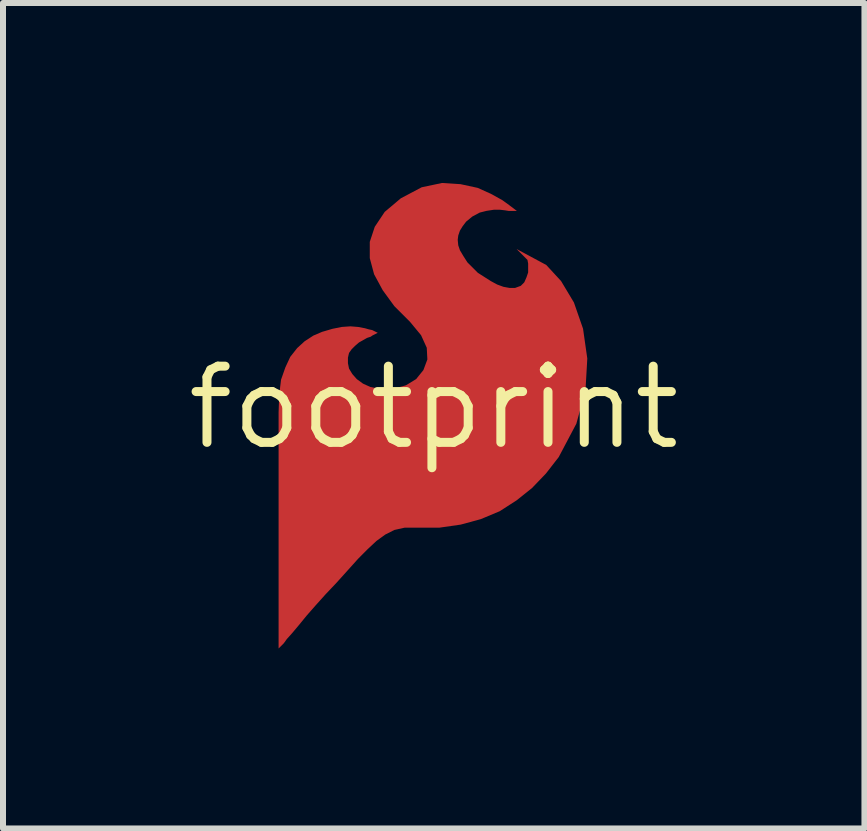
<source format=kicad_pcb>
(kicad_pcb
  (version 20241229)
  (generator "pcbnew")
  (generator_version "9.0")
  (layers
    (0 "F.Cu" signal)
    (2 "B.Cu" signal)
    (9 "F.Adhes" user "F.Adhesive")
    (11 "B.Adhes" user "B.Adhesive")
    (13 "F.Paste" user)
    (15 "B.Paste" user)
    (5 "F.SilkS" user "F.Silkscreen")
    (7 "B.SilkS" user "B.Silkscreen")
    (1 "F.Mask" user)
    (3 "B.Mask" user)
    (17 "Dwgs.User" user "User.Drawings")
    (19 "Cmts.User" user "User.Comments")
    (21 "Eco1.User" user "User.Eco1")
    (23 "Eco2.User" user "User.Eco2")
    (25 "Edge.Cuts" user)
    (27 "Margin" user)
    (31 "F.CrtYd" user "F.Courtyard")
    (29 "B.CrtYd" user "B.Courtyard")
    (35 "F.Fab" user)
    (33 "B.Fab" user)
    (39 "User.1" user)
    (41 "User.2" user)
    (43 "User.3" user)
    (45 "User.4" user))
  (footprint "footprint"
    (layer "F.Cu")
    (at 4.18 3.744)
    (property "Reference" "footprint" (at 0 0 0) (layer "F.SilkS") (effects (font (size 1.27 1.27) (thickness 0.15))))
    (fp_poly (pts (xy 0.447 -3.724) (xy 0.734 -3.662) (xy 0.959 -3.56) (xy 1.143 -3.458) (xy 1.255 -3.377) (xy 1.386 -3.278) (xy 1.249 -3.278) (xy 1.187 -3.288) (xy 1.1 -3.298) (xy 1.005 -3.298) (xy 0.88 -3.279) (xy 0.766 -3.25) (xy 0.643 -3.184) (xy 0.54 -3.099) (xy 0.483 -3.024) (xy 0.437 -2.95) (xy 0.409 -2.868) (xy 0.4 -2.796) (xy 0.409 -2.704) (xy 0.437 -2.622) (xy 0.494 -2.526) (xy 0.562 -2.42) (xy 0.736 -2.246) (xy 0.951 -2.109) (xy 1.058 -2.051) (xy 1.162 -2.013) (xy 1.265 -1.994) (xy 1.355 -1.994) (xy 1.451 -2.029) (xy 1.51 -2.088) (xy 1.546 -2.17) (xy 1.574 -2.252) (xy 1.574 -2.402) (xy 1.564 -2.452) (xy 1.564 -2.46) (xy 1.381 -2.643) (xy 1.876 -2.377) (xy 2.123 -2.109) (xy 2.337 -1.752) (xy 2.489 -1.315) (xy 2.56 -0.818) (xy 2.53 -0.29) (xy 2.378 0.268) (xy 2.084 0.825) (xy 1.871 1.099) (xy 1.638 1.342) (xy 1.384 1.545) (xy 1.1 1.728) (xy 0.784 1.86) (xy 0.45 1.951) (xy 0.095 2.002) (xy -0.484 2.002) (xy -0.655 2.04) (xy -0.808 2.117) (xy -0.954 2.223) (xy -1.102 2.361) (xy -1.26 2.52) (xy -1.43 2.709) (xy -1.62 2.92) (xy -1.8 3.11) (xy -1.97 3.299) (xy -2.119 3.469) (xy -2.249 3.628) (xy -2.359 3.759) (xy -2.448 3.858) (xy -2.499 3.929) (xy -2.586 4.016) (xy -2.586 0.083) (xy -2.576 -0.209) (xy -2.545 -0.465) (xy -2.473 -0.67) (xy -2.391 -0.846) (xy -2.276 -0.992) (xy -2.151 -1.106) (xy -2.006 -1.2) (xy -1.861 -1.262) (xy -1.687 -1.313) (xy -1.533 -1.344) (xy -1.388 -1.354) (xy -1.263 -1.344) (xy -1.149 -1.323) (xy -1.079 -1.303) (xy -1.026 -1.292) (xy -0.933 -1.246) (xy -1.019 -1.203) (xy -1.051 -1.181) (xy -1.112 -1.161) (xy -1.246 -1.085) (xy -1.312 -1.028) (xy -1.369 -0.971) (xy -1.412 -0.91) (xy -1.43 -0.832) (xy -1.43 -0.74) (xy -1.412 -0.65) (xy -1.357 -0.559) (xy -1.282 -0.474) (xy -1.179 -0.399) (xy -1.056 -0.343) (xy -0.904 -0.314) (xy -0.673 -0.314) (xy -0.463 -0.371) (xy -0.293 -0.475) (xy -0.172 -0.625) (xy -0.106 -0.802) (xy -0.116 -0.997) (xy -0.211 -1.206) (xy -0.396 -1.43) (xy -0.657 -1.691) (xy -0.85 -1.956) (xy -0.994 -2.222) (xy -1.066 -2.491) (xy -1.066 -2.762) (xy -0.983 -3.013) (xy -0.817 -3.262) (xy -0.549 -3.488) (xy -0.201 -3.672) (xy 0.139 -3.744)) (stroke (width 0) (type solid)) (fill yes) (layer "F.Cu"))
    (fp_poly (pts (xy 0.447 -3.724) (xy 0.734 -3.662) (xy 0.959 -3.56) (xy 1.143 -3.458) (xy 1.255 -3.377) (xy 1.386 -3.278) (xy 1.249 -3.278) (xy 1.187 -3.288) (xy 1.1 -3.298) (xy 1.005 -3.298) (xy 0.88 -3.279) (xy 0.766 -3.25) (xy 0.643 -3.184) (xy 0.54 -3.099) (xy 0.483 -3.024) (xy 0.437 -2.95) (xy 0.409 -2.868) (xy 0.4 -2.796) (xy 0.409 -2.704) (xy 0.437 -2.622) (xy 0.494 -2.526) (xy 0.562 -2.42) (xy 0.736 -2.246) (xy 0.951 -2.109) (xy 1.058 -2.051) (xy 1.162 -2.013) (xy 1.265 -1.994) (xy 1.355 -1.994) (xy 1.451 -2.029) (xy 1.51 -2.088) (xy 1.546 -2.17) (xy 1.574 -2.252) (xy 1.574 -2.402) (xy 1.564 -2.452) (xy 1.564 -2.46) (xy 1.381 -2.643) (xy 1.876 -2.377) (xy 2.123 -2.109) (xy 2.337 -1.752) (xy 2.489 -1.315) (xy 2.56 -0.818) (xy 2.53 -0.29) (xy 2.378 0.268) (xy 2.084 0.825) (xy 1.871 1.099) (xy 1.638 1.342) (xy 1.384 1.545) (xy 1.1 1.728) (xy 0.784 1.86) (xy 0.45 1.951) (xy 0.095 2.002) (xy -0.484 2.002) (xy -0.655 2.04) (xy -0.808 2.117) (xy -0.954 2.223) (xy -1.102 2.361) (xy -1.26 2.52) (xy -1.43 2.709) (xy -1.62 2.92) (xy -1.8 3.11) (xy -1.97 3.299) (xy -2.119 3.469) (xy -2.249 3.628) (xy -2.359 3.759) (xy -2.448 3.858) (xy -2.499 3.929) (xy -2.586 4.016) (xy -2.586 0.083) (xy -2.576 -0.209) (xy -2.545 -0.465) (xy -2.473 -0.67) (xy -2.391 -0.846) (xy -2.276 -0.992) (xy -2.151 -1.106) (xy -2.006 -1.2) (xy -1.861 -1.262) (xy -1.687 -1.313) (xy -1.533 -1.344) (xy -1.388 -1.354) (xy -1.263 -1.344) (xy -1.149 -1.323) (xy -1.079 -1.303) (xy -1.026 -1.292) (xy -0.933 -1.246) (xy -1.019 -1.203) (xy -1.051 -1.181) (xy -1.112 -1.161) (xy -1.246 -1.085) (xy -1.312 -1.028) (xy -1.369 -0.971) (xy -1.412 -0.91) (xy -1.43 -0.832) (xy -1.43 -0.74) (xy -1.412 -0.65) (xy -1.357 -0.559) (xy -1.282 -0.474) (xy -1.179 -0.399) (xy -1.056 -0.343) (xy -0.904 -0.314) (xy -0.673 -0.314) (xy -0.463 -0.371) (xy -0.293 -0.475) (xy -0.172 -0.625) (xy -0.106 -0.802) (xy -0.116 -0.997) (xy -0.211 -1.206) (xy -0.396 -1.43) (xy -0.657 -1.691) (xy -0.85 -1.956) (xy -0.994 -2.222) (xy -1.066 -2.491) (xy -1.066 -2.762) (xy -0.983 -3.013) (xy -0.817 -3.262) (xy -0.549 -3.488) (xy -0.201 -3.672) (xy 0.139 -3.744)) (stroke (width 0) (type solid)) (fill yes) (layer "F.Mask")))
  (gr_rect
    (start -3 -3)
    (end 11.36 10.76)
    (stroke (width 0.1) (type default))
    (fill no)
    (layer "Edge.Cuts")))
</source>
